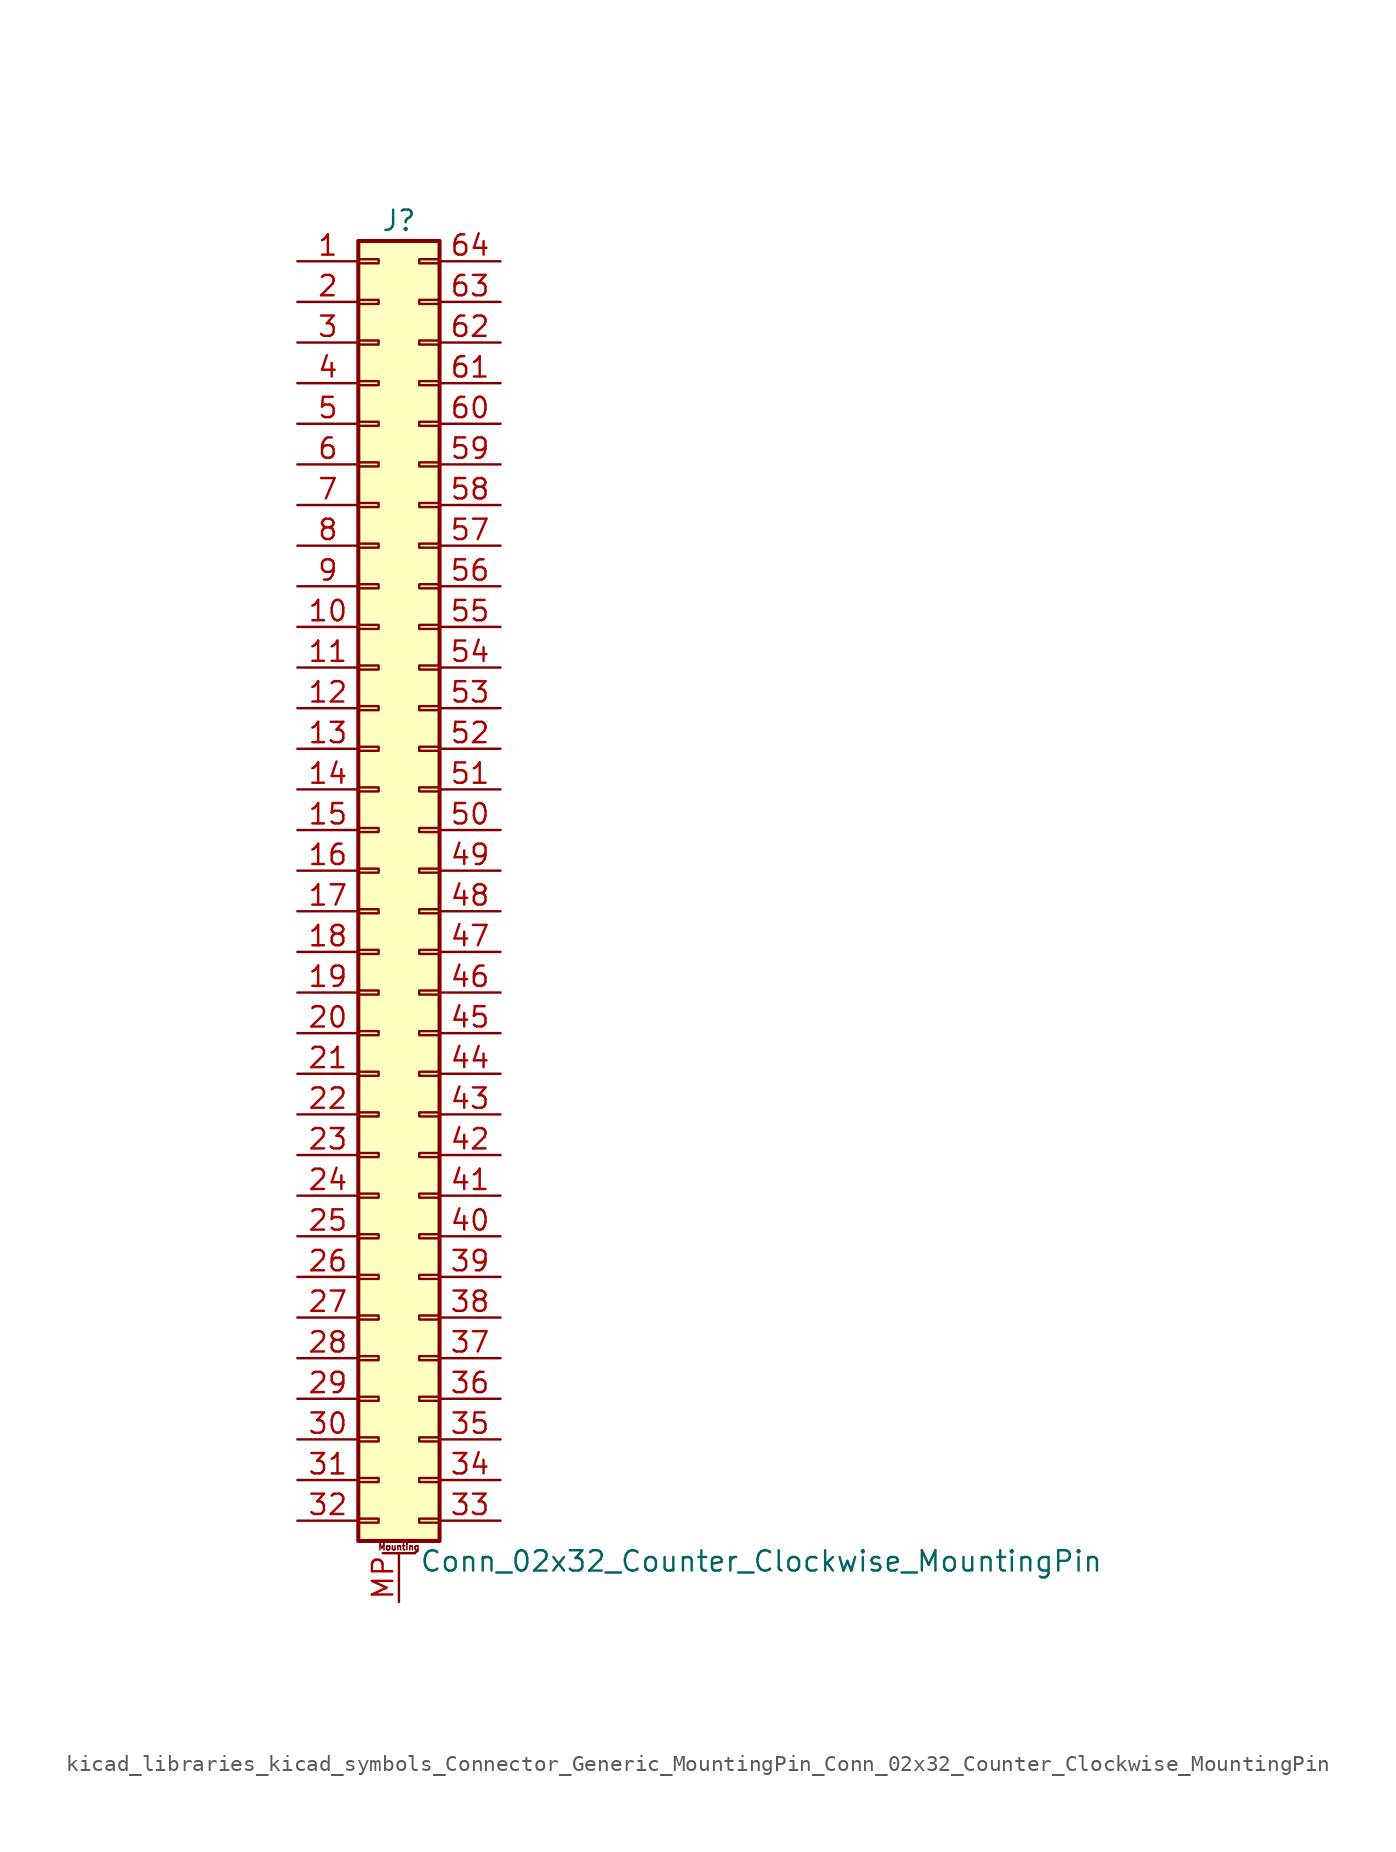
<source format=kicad_sym>
(kicad_symbol_lib
  (version 20220914)
  (generator kicad_symbol_editor)
  (symbol "kicad_libraries_kicad_symbols_Connector_Generic_MountingPin_Conn_02x32_Counter_Clockwise_MountingPin"
    (pin_names
      (offset 1.016) hide)
    (property "Reference" "J"
      (at 1.27 40.64 0)
      (effects (font (size 1.27 1.27))))
    (property "Value" "Conn_02x32_Counter_Clockwise_MountingPin"
      (at 2.54 -43.18 0)
      (effects (font (size 1.27 1.27)) (justify left)))
    (symbol "kicad_libraries_kicad_symbols_Connector_Generic_MountingPin_Conn_02x32_Counter_Clockwise_MountingPin_1_1"
      (rectangle (start -1.27 -40.513) (end 0 -40.767) (stroke (width 0.152) (type default)) (fill (type none)))
      (rectangle (start -1.27 -37.973) (end 0 -38.227) (stroke (width 0.152) (type default)) (fill (type none)))
      (rectangle (start -1.27 -35.433) (end 0 -35.687) (stroke (width 0.152) (type default)) (fill (type none)))
      (rectangle (start -1.27 -32.893) (end 0 -33.147) (stroke (width 0.152) (type default)) (fill (type none)))
      (rectangle (start -1.27 -30.353) (end 0 -30.607) (stroke (width 0.152) (type default)) (fill (type none)))
      (rectangle (start -1.27 -27.813) (end 0 -28.067) (stroke (width 0.152) (type default)) (fill (type none)))
      (rectangle (start -1.27 -25.273) (end 0 -25.527) (stroke (width 0.152) (type default)) (fill (type none)))
      (rectangle (start -1.27 -22.733) (end 0 -22.987) (stroke (width 0.152) (type default)) (fill (type none)))
      (rectangle (start -1.27 -20.193) (end 0 -20.447) (stroke (width 0.152) (type default)) (fill (type none)))
      (rectangle (start -1.27 -17.653) (end 0 -17.907) (stroke (width 0.152) (type default)) (fill (type none)))
      (rectangle (start -1.27 -15.113) (end 0 -15.367) (stroke (width 0.152) (type default)) (fill (type none)))
      (rectangle (start -1.27 -12.573) (end 0 -12.827) (stroke (width 0.152) (type default)) (fill (type none)))
      (rectangle (start -1.27 -10.033) (end 0 -10.287) (stroke (width 0.152) (type default)) (fill (type none)))
      (rectangle (start -1.27 -7.493) (end 0 -7.747) (stroke (width 0.152) (type default)) (fill (type none)))
      (rectangle (start -1.27 -4.953) (end 0 -5.207) (stroke (width 0.152) (type default)) (fill (type none)))
      (rectangle (start -1.27 -2.413) (end 0 -2.667) (stroke (width 0.152) (type default)) (fill (type none)))
      (rectangle (start -1.27 0.127) (end 0 -0.127) (stroke (width 0.152) (type default)) (fill (type none)))
      (rectangle (start -1.27 2.667) (end 0 2.413) (stroke (width 0.152) (type default)) (fill (type none)))
      (rectangle (start -1.27 5.207) (end 0 4.953) (stroke (width 0.152) (type default)) (fill (type none)))
      (rectangle (start -1.27 7.747) (end 0 7.493) (stroke (width 0.152) (type default)) (fill (type none)))
      (rectangle (start -1.27 10.287) (end 0 10.033) (stroke (width 0.152) (type default)) (fill (type none)))
      (rectangle (start -1.27 12.827) (end 0 12.573) (stroke (width 0.152) (type default)) (fill (type none)))
      (rectangle (start -1.27 15.367) (end 0 15.113) (stroke (width 0.152) (type default)) (fill (type none)))
      (rectangle (start -1.27 17.907) (end 0 17.653) (stroke (width 0.152) (type default)) (fill (type none)))
      (rectangle (start -1.27 20.447) (end 0 20.193) (stroke (width 0.152) (type default)) (fill (type none)))
      (rectangle (start -1.27 22.987) (end 0 22.733) (stroke (width 0.152) (type default)) (fill (type none)))
      (rectangle (start -1.27 25.527) (end 0 25.273) (stroke (width 0.152) (type default)) (fill (type none)))
      (rectangle (start -1.27 28.067) (end 0 27.813) (stroke (width 0.152) (type default)) (fill (type none)))
      (rectangle (start -1.27 30.607) (end 0 30.353) (stroke (width 0.152) (type default)) (fill (type none)))
      (rectangle (start -1.27 33.147) (end 0 32.893) (stroke (width 0.152) (type default)) (fill (type none)))
      (rectangle (start -1.27 35.687) (end 0 35.433) (stroke (width 0.152) (type default)) (fill (type none)))
      (rectangle (start -1.27 38.227) (end 0 37.973) (stroke (width 0.152) (type default)) (fill (type none)))
      (rectangle (start -1.27 39.37) (end 3.81 -41.91) (stroke (width 0.254) (type default)) (fill (type background)))
      (polyline (pts (xy 0.254 -42.672) (xy 2.286 -42.672)) (stroke (width 0.152) (type default)) (fill (type none)))
      (rectangle (start 3.81 -40.513) (end 2.54 -40.767) (stroke (width 0.152) (type default)) (fill (type none)))
      (rectangle (start 3.81 -37.973) (end 2.54 -38.227) (stroke (width 0.152) (type default)) (fill (type none)))
      (rectangle (start 3.81 -35.433) (end 2.54 -35.687) (stroke (width 0.152) (type default)) (fill (type none)))
      (rectangle (start 3.81 -32.893) (end 2.54 -33.147) (stroke (width 0.152) (type default)) (fill (type none)))
      (rectangle (start 3.81 -30.353) (end 2.54 -30.607) (stroke (width 0.152) (type default)) (fill (type none)))
      (rectangle (start 3.81 -27.813) (end 2.54 -28.067) (stroke (width 0.152) (type default)) (fill (type none)))
      (rectangle (start 3.81 -25.273) (end 2.54 -25.527) (stroke (width 0.152) (type default)) (fill (type none)))
      (rectangle (start 3.81 -22.733) (end 2.54 -22.987) (stroke (width 0.152) (type default)) (fill (type none)))
      (rectangle (start 3.81 -20.193) (end 2.54 -20.447) (stroke (width 0.152) (type default)) (fill (type none)))
      (rectangle (start 3.81 -17.653) (end 2.54 -17.907) (stroke (width 0.152) (type default)) (fill (type none)))
      (rectangle (start 3.81 -15.113) (end 2.54 -15.367) (stroke (width 0.152) (type default)) (fill (type none)))
      (rectangle (start 3.81 -12.573) (end 2.54 -12.827) (stroke (width 0.152) (type default)) (fill (type none)))
      (rectangle (start 3.81 -10.033) (end 2.54 -10.287) (stroke (width 0.152) (type default)) (fill (type none)))
      (rectangle (start 3.81 -7.493) (end 2.54 -7.747) (stroke (width 0.152) (type default)) (fill (type none)))
      (rectangle (start 3.81 -4.953) (end 2.54 -5.207) (stroke (width 0.152) (type default)) (fill (type none)))
      (rectangle (start 3.81 -2.413) (end 2.54 -2.667) (stroke (width 0.152) (type default)) (fill (type none)))
      (rectangle (start 3.81 0.127) (end 2.54 -0.127) (stroke (width 0.152) (type default)) (fill (type none)))
      (rectangle (start 3.81 2.667) (end 2.54 2.413) (stroke (width 0.152) (type default)) (fill (type none)))
      (rectangle (start 3.81 5.207) (end 2.54 4.953) (stroke (width 0.152) (type default)) (fill (type none)))
      (rectangle (start 3.81 7.747) (end 2.54 7.493) (stroke (width 0.152) (type default)) (fill (type none)))
      (rectangle (start 3.81 10.287) (end 2.54 10.033) (stroke (width 0.152) (type default)) (fill (type none)))
      (rectangle (start 3.81 12.827) (end 2.54 12.573) (stroke (width 0.152) (type default)) (fill (type none)))
      (rectangle (start 3.81 15.367) (end 2.54 15.113) (stroke (width 0.152) (type default)) (fill (type none)))
      (rectangle (start 3.81 17.907) (end 2.54 17.653) (stroke (width 0.152) (type default)) (fill (type none)))
      (rectangle (start 3.81 20.447) (end 2.54 20.193) (stroke (width 0.152) (type default)) (fill (type none)))
      (rectangle (start 3.81 22.987) (end 2.54 22.733) (stroke (width 0.152) (type default)) (fill (type none)))
      (rectangle (start 3.81 25.527) (end 2.54 25.273) (stroke (width 0.152) (type default)) (fill (type none)))
      (rectangle (start 3.81 28.067) (end 2.54 27.813) (stroke (width 0.152) (type default)) (fill (type none)))
      (rectangle (start 3.81 30.607) (end 2.54 30.353) (stroke (width 0.152) (type default)) (fill (type none)))
      (rectangle (start 3.81 33.147) (end 2.54 32.893) (stroke (width 0.152) (type default)) (fill (type none)))
      (rectangle (start 3.81 35.687) (end 2.54 35.433) (stroke (width 0.152) (type default)) (fill (type none)))
      (rectangle (start 3.81 38.227) (end 2.54 37.973) (stroke (width 0.152) (type default)) (fill (type none)))
      (text "Mounting" (at 1.27 -42.291 0) (effects (font (size 0.381 0.381))))
      (pin passive line (at -5.08 38.1 0) (length 3.81) (name "Pin_1" (effects (font (size 1.27 1.27)))) (number "1" (effects (font (size 1.27 1.27)))))
      (pin passive line (at -5.08 15.24 0) (length 3.81) (name "Pin_10" (effects (font (size 1.27 1.27)))) (number "10" (effects (font (size 1.27 1.27)))))
      (pin passive line (at -5.08 12.7 0) (length 3.81) (name "Pin_11" (effects (font (size 1.27 1.27)))) (number "11" (effects (font (size 1.27 1.27)))))
      (pin passive line (at -5.08 10.16 0) (length 3.81) (name "Pin_12" (effects (font (size 1.27 1.27)))) (number "12" (effects (font (size 1.27 1.27)))))
      (pin passive line (at -5.08 7.62 0) (length 3.81) (name "Pin_13" (effects (font (size 1.27 1.27)))) (number "13" (effects (font (size 1.27 1.27)))))
      (pin passive line (at -5.08 5.08 0) (length 3.81) (name "Pin_14" (effects (font (size 1.27 1.27)))) (number "14" (effects (font (size 1.27 1.27)))))
      (pin passive line (at -5.08 2.54 0) (length 3.81) (name "Pin_15" (effects (font (size 1.27 1.27)))) (number "15" (effects (font (size 1.27 1.27)))))
      (pin passive line (at -5.08 0 0) (length 3.81) (name "Pin_16" (effects (font (size 1.27 1.27)))) (number "16" (effects (font (size 1.27 1.27)))))
      (pin passive line (at -5.08 -2.54 0) (length 3.81) (name "Pin_17" (effects (font (size 1.27 1.27)))) (number "17" (effects (font (size 1.27 1.27)))))
      (pin passive line (at -5.08 -5.08 0) (length 3.81) (name "Pin_18" (effects (font (size 1.27 1.27)))) (number "18" (effects (font (size 1.27 1.27)))))
      (pin passive line (at -5.08 -7.62 0) (length 3.81) (name "Pin_19" (effects (font (size 1.27 1.27)))) (number "19" (effects (font (size 1.27 1.27)))))
      (pin passive line (at -5.08 35.56 0) (length 3.81) (name "Pin_2" (effects (font (size 1.27 1.27)))) (number "2" (effects (font (size 1.27 1.27)))))
      (pin passive line (at -5.08 -10.16 0) (length 3.81) (name "Pin_20" (effects (font (size 1.27 1.27)))) (number "20" (effects (font (size 1.27 1.27)))))
      (pin passive line (at -5.08 -12.7 0) (length 3.81) (name "Pin_21" (effects (font (size 1.27 1.27)))) (number "21" (effects (font (size 1.27 1.27)))))
      (pin passive line (at -5.08 -15.24 0) (length 3.81) (name "Pin_22" (effects (font (size 1.27 1.27)))) (number "22" (effects (font (size 1.27 1.27)))))
      (pin passive line (at -5.08 -17.78 0) (length 3.81) (name "Pin_23" (effects (font (size 1.27 1.27)))) (number "23" (effects (font (size 1.27 1.27)))))
      (pin passive line (at -5.08 -20.32 0) (length 3.81) (name "Pin_24" (effects (font (size 1.27 1.27)))) (number "24" (effects (font (size 1.27 1.27)))))
      (pin passive line (at -5.08 -22.86 0) (length 3.81) (name "Pin_25" (effects (font (size 1.27 1.27)))) (number "25" (effects (font (size 1.27 1.27)))))
      (pin passive line (at -5.08 -25.4 0) (length 3.81) (name "Pin_26" (effects (font (size 1.27 1.27)))) (number "26" (effects (font (size 1.27 1.27)))))
      (pin passive line (at -5.08 -27.94 0) (length 3.81) (name "Pin_27" (effects (font (size 1.27 1.27)))) (number "27" (effects (font (size 1.27 1.27)))))
      (pin passive line (at -5.08 -30.48 0) (length 3.81) (name "Pin_28" (effects (font (size 1.27 1.27)))) (number "28" (effects (font (size 1.27 1.27)))))
      (pin passive line (at -5.08 -33.02 0) (length 3.81) (name "Pin_29" (effects (font (size 1.27 1.27)))) (number "29" (effects (font (size 1.27 1.27)))))
      (pin passive line (at -5.08 33.02 0) (length 3.81) (name "Pin_3" (effects (font (size 1.27 1.27)))) (number "3" (effects (font (size 1.27 1.27)))))
      (pin passive line (at -5.08 -35.56 0) (length 3.81) (name "Pin_30" (effects (font (size 1.27 1.27)))) (number "30" (effects (font (size 1.27 1.27)))))
      (pin passive line (at -5.08 -38.1 0) (length 3.81) (name "Pin_31" (effects (font (size 1.27 1.27)))) (number "31" (effects (font (size 1.27 1.27)))))
      (pin passive line (at -5.08 -40.64 0) (length 3.81) (name "Pin_32" (effects (font (size 1.27 1.27)))) (number "32" (effects (font (size 1.27 1.27)))))
      (pin passive line (at 7.62 -40.64 180) (length 3.81) (name "Pin_33" (effects (font (size 1.27 1.27)))) (number "33" (effects (font (size 1.27 1.27)))))
      (pin passive line (at 7.62 -38.1 180) (length 3.81) (name "Pin_34" (effects (font (size 1.27 1.27)))) (number "34" (effects (font (size 1.27 1.27)))))
      (pin passive line (at 7.62 -35.56 180) (length 3.81) (name "Pin_35" (effects (font (size 1.27 1.27)))) (number "35" (effects (font (size 1.27 1.27)))))
      (pin passive line (at 7.62 -33.02 180) (length 3.81) (name "Pin_36" (effects (font (size 1.27 1.27)))) (number "36" (effects (font (size 1.27 1.27)))))
      (pin passive line (at 7.62 -30.48 180) (length 3.81) (name "Pin_37" (effects (font (size 1.27 1.27)))) (number "37" (effects (font (size 1.27 1.27)))))
      (pin passive line (at 7.62 -27.94 180) (length 3.81) (name "Pin_38" (effects (font (size 1.27 1.27)))) (number "38" (effects (font (size 1.27 1.27)))))
      (pin passive line (at 7.62 -25.4 180) (length 3.81) (name "Pin_39" (effects (font (size 1.27 1.27)))) (number "39" (effects (font (size 1.27 1.27)))))
      (pin passive line (at -5.08 30.48 0) (length 3.81) (name "Pin_4" (effects (font (size 1.27 1.27)))) (number "4" (effects (font (size 1.27 1.27)))))
      (pin passive line (at 7.62 -22.86 180) (length 3.81) (name "Pin_40" (effects (font (size 1.27 1.27)))) (number "40" (effects (font (size 1.27 1.27)))))
      (pin passive line (at 7.62 -20.32 180) (length 3.81) (name "Pin_41" (effects (font (size 1.27 1.27)))) (number "41" (effects (font (size 1.27 1.27)))))
      (pin passive line (at 7.62 -17.78 180) (length 3.81) (name "Pin_42" (effects (font (size 1.27 1.27)))) (number "42" (effects (font (size 1.27 1.27)))))
      (pin passive line (at 7.62 -15.24 180) (length 3.81) (name "Pin_43" (effects (font (size 1.27 1.27)))) (number "43" (effects (font (size 1.27 1.27)))))
      (pin passive line (at 7.62 -12.7 180) (length 3.81) (name "Pin_44" (effects (font (size 1.27 1.27)))) (number "44" (effects (font (size 1.27 1.27)))))
      (pin passive line (at 7.62 -10.16 180) (length 3.81) (name "Pin_45" (effects (font (size 1.27 1.27)))) (number "45" (effects (font (size 1.27 1.27)))))
      (pin passive line (at 7.62 -7.62 180) (length 3.81) (name "Pin_46" (effects (font (size 1.27 1.27)))) (number "46" (effects (font (size 1.27 1.27)))))
      (pin passive line (at 7.62 -5.08 180) (length 3.81) (name "Pin_47" (effects (font (size 1.27 1.27)))) (number "47" (effects (font (size 1.27 1.27)))))
      (pin passive line (at 7.62 -2.54 180) (length 3.81) (name "Pin_48" (effects (font (size 1.27 1.27)))) (number "48" (effects (font (size 1.27 1.27)))))
      (pin passive line (at 7.62 0 180) (length 3.81) (name "Pin_49" (effects (font (size 1.27 1.27)))) (number "49" (effects (font (size 1.27 1.27)))))
      (pin passive line (at -5.08 27.94 0) (length 3.81) (name "Pin_5" (effects (font (size 1.27 1.27)))) (number "5" (effects (font (size 1.27 1.27)))))
      (pin passive line (at 7.62 2.54 180) (length 3.81) (name "Pin_50" (effects (font (size 1.27 1.27)))) (number "50" (effects (font (size 1.27 1.27)))))
      (pin passive line (at 7.62 5.08 180) (length 3.81) (name "Pin_51" (effects (font (size 1.27 1.27)))) (number "51" (effects (font (size 1.27 1.27)))))
      (pin passive line (at 7.62 7.62 180) (length 3.81) (name "Pin_52" (effects (font (size 1.27 1.27)))) (number "52" (effects (font (size 1.27 1.27)))))
      (pin passive line (at 7.62 10.16 180) (length 3.81) (name "Pin_53" (effects (font (size 1.27 1.27)))) (number "53" (effects (font (size 1.27 1.27)))))
      (pin passive line (at 7.62 12.7 180) (length 3.81) (name "Pin_54" (effects (font (size 1.27 1.27)))) (number "54" (effects (font (size 1.27 1.27)))))
      (pin passive line (at 7.62 15.24 180) (length 3.81) (name "Pin_55" (effects (font (size 1.27 1.27)))) (number "55" (effects (font (size 1.27 1.27)))))
      (pin passive line (at 7.62 17.78 180) (length 3.81) (name "Pin_56" (effects (font (size 1.27 1.27)))) (number "56" (effects (font (size 1.27 1.27)))))
      (pin passive line (at 7.62 20.32 180) (length 3.81) (name "Pin_57" (effects (font (size 1.27 1.27)))) (number "57" (effects (font (size 1.27 1.27)))))
      (pin passive line (at 7.62 22.86 180) (length 3.81) (name "Pin_58" (effects (font (size 1.27 1.27)))) (number "58" (effects (font (size 1.27 1.27)))))
      (pin passive line (at 7.62 25.4 180) (length 3.81) (name "Pin_59" (effects (font (size 1.27 1.27)))) (number "59" (effects (font (size 1.27 1.27)))))
      (pin passive line (at -5.08 25.4 0) (length 3.81) (name "Pin_6" (effects (font (size 1.27 1.27)))) (number "6" (effects (font (size 1.27 1.27)))))
      (pin passive line (at 7.62 27.94 180) (length 3.81) (name "Pin_60" (effects (font (size 1.27 1.27)))) (number "60" (effects (font (size 1.27 1.27)))))
      (pin passive line (at 7.62 30.48 180) (length 3.81) (name "Pin_61" (effects (font (size 1.27 1.27)))) (number "61" (effects (font (size 1.27 1.27)))))
      (pin passive line (at 7.62 33.02 180) (length 3.81) (name "Pin_62" (effects (font (size 1.27 1.27)))) (number "62" (effects (font (size 1.27 1.27)))))
      (pin passive line (at 7.62 35.56 180) (length 3.81) (name "Pin_63" (effects (font (size 1.27 1.27)))) (number "63" (effects (font (size 1.27 1.27)))))
      (pin passive line (at 7.62 38.1 180) (length 3.81) (name "Pin_64" (effects (font (size 1.27 1.27)))) (number "64" (effects (font (size 1.27 1.27)))))
      (pin passive line (at -5.08 22.86 0) (length 3.81) (name "Pin_7" (effects (font (size 1.27 1.27)))) (number "7" (effects (font (size 1.27 1.27)))))
      (pin passive line (at -5.08 20.32 0) (length 3.81) (name "Pin_8" (effects (font (size 1.27 1.27)))) (number "8" (effects (font (size 1.27 1.27)))))
      (pin passive line (at -5.08 17.78 0) (length 3.81) (name "Pin_9" (effects (font (size 1.27 1.27)))) (number "9" (effects (font (size 1.27 1.27)))))
      (pin passive line (at 1.27 -45.72 90) (length 3.048) (name "MountPin" (effects (font (size 1.27 1.27)))) (number "MP" (effects (font (size 1.27 1.27))))))))
</source>
